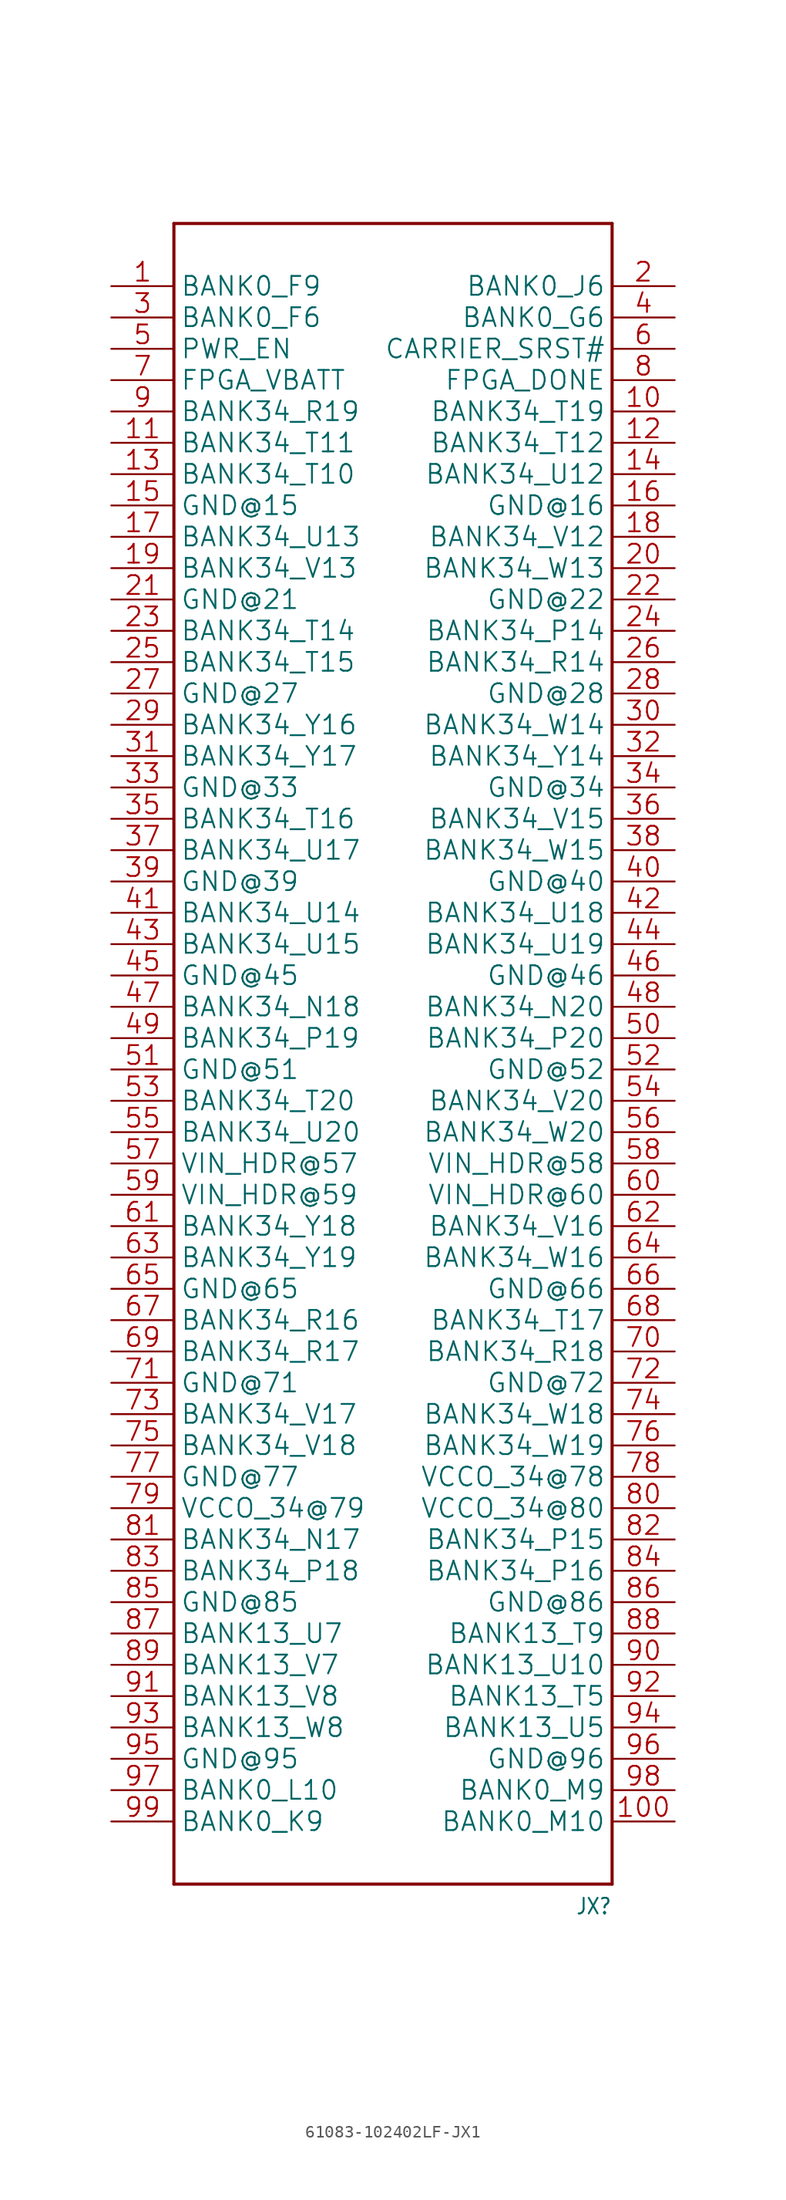
<source format=kicad_sym>
(kicad_symbol_lib
  (version 20241209)
  (generator "kicad_symbol_editor")
  (generator_version "9.0")
  (symbol "61083-102402LF-JX1"
    (property "Reference" "JX"
      (at 17.78 -71.12 0)
      (effects (font (size 1.27 1.079)) (justify right bottom)))
    (property "Value" ""
      (at 17.78 -73.66 0)
      (effects (font (size 1.27 1.079)) (justify right bottom)))
    (property "ki_locked" ""
      (at 0 0 0)
      (effects (font (size 1.27 1.27))))
    (symbol "61083-102402LF-JX1_1_0"
      (polyline (pts (xy -17.78 66.04) (xy -17.78 -68.58)) (stroke (width 0.254) (type solid)) (fill (type none)))
      (polyline (pts (xy -17.78 -68.58) (xy 17.78 -68.58)) (stroke (width 0.254) (type solid)) (fill (type none)))
      (polyline (pts (xy 17.78 66.04) (xy -17.78 66.04)) (stroke (width 0.254) (type solid)) (fill (type none)))
      (polyline (pts (xy 17.78 -68.58) (xy 17.78 66.04)) (stroke (width 0.254) (type solid)) (fill (type none)))
      (pin bidirectional line (at -22.86 60.96 0) (length 5.08) (name "BANK0_F9" (effects (font (size 1.524 1.524)))) (number "1" (effects (font (size 1.524 1.524)))))
      (pin bidirectional line (at -22.86 58.42 0) (length 5.08) (name "BANK0_F6" (effects (font (size 1.524 1.524)))) (number "3" (effects (font (size 1.524 1.524)))))
      (pin bidirectional line (at -22.86 55.88 0) (length 5.08) (name "PWR_EN" (effects (font (size 1.524 1.524)))) (number "5" (effects (font (size 1.524 1.524)))))
      (pin bidirectional line (at -22.86 53.34 0) (length 5.08) (name "FPGA_VBATT" (effects (font (size 1.524 1.524)))) (number "7" (effects (font (size 1.524 1.524)))))
      (pin bidirectional line (at -22.86 50.8 0) (length 5.08) (name "BANK34_R19" (effects (font (size 1.524 1.524)))) (number "9" (effects (font (size 1.524 1.524)))))
      (pin bidirectional line (at -22.86 48.26 0) (length 5.08) (name "BANK34_T11" (effects (font (size 1.524 1.524)))) (number "11" (effects (font (size 1.524 1.524)))))
      (pin bidirectional line (at -22.86 45.72 0) (length 5.08) (name "BANK34_T10" (effects (font (size 1.524 1.524)))) (number "13" (effects (font (size 1.524 1.524)))))
      (pin bidirectional line (at -22.86 43.18 0) (length 5.08) (name "GND@15" (effects (font (size 1.524 1.524)))) (number "15" (effects (font (size 1.524 1.524)))))
      (pin bidirectional line (at -22.86 40.64 0) (length 5.08) (name "BANK34_U13" (effects (font (size 1.524 1.524)))) (number "17" (effects (font (size 1.524 1.524)))))
      (pin bidirectional line (at -22.86 38.1 0) (length 5.08) (name "BANK34_V13" (effects (font (size 1.524 1.524)))) (number "19" (effects (font (size 1.524 1.524)))))
      (pin bidirectional line (at -22.86 35.56 0) (length 5.08) (name "GND@21" (effects (font (size 1.524 1.524)))) (number "21" (effects (font (size 1.524 1.524)))))
      (pin bidirectional line (at -22.86 33.02 0) (length 5.08) (name "BANK34_T14" (effects (font (size 1.524 1.524)))) (number "23" (effects (font (size 1.524 1.524)))))
      (pin bidirectional line (at -22.86 30.48 0) (length 5.08) (name "BANK34_T15" (effects (font (size 1.524 1.524)))) (number "25" (effects (font (size 1.524 1.524)))))
      (pin bidirectional line (at -22.86 27.94 0) (length 5.08) (name "GND@27" (effects (font (size 1.524 1.524)))) (number "27" (effects (font (size 1.524 1.524)))))
      (pin bidirectional line (at -22.86 25.4 0) (length 5.08) (name "BANK34_Y16" (effects (font (size 1.524 1.524)))) (number "29" (effects (font (size 1.524 1.524)))))
      (pin bidirectional line (at -22.86 22.86 0) (length 5.08) (name "BANK34_Y17" (effects (font (size 1.524 1.524)))) (number "31" (effects (font (size 1.524 1.524)))))
      (pin bidirectional line (at -22.86 20.32 0) (length 5.08) (name "GND@33" (effects (font (size 1.524 1.524)))) (number "33" (effects (font (size 1.524 1.524)))))
      (pin bidirectional line (at -22.86 17.78 0) (length 5.08) (name "BANK34_T16" (effects (font (size 1.524 1.524)))) (number "35" (effects (font (size 1.524 1.524)))))
      (pin bidirectional line (at -22.86 15.24 0) (length 5.08) (name "BANK34_U17" (effects (font (size 1.524 1.524)))) (number "37" (effects (font (size 1.524 1.524)))))
      (pin bidirectional line (at -22.86 12.7 0) (length 5.08) (name "GND@39" (effects (font (size 1.524 1.524)))) (number "39" (effects (font (size 1.524 1.524)))))
      (pin bidirectional line (at -22.86 10.16 0) (length 5.08) (name "BANK34_U14" (effects (font (size 1.524 1.524)))) (number "41" (effects (font (size 1.524 1.524)))))
      (pin bidirectional line (at -22.86 7.62 0) (length 5.08) (name "BANK34_U15" (effects (font (size 1.524 1.524)))) (number "43" (effects (font (size 1.524 1.524)))))
      (pin bidirectional line (at -22.86 5.08 0) (length 5.08) (name "GND@45" (effects (font (size 1.524 1.524)))) (number "45" (effects (font (size 1.524 1.524)))))
      (pin bidirectional line (at -22.86 2.54 0) (length 5.08) (name "BANK34_N18" (effects (font (size 1.524 1.524)))) (number "47" (effects (font (size 1.524 1.524)))))
      (pin bidirectional line (at -22.86 0 0) (length 5.08) (name "BANK34_P19" (effects (font (size 1.524 1.524)))) (number "49" (effects (font (size 1.524 1.524)))))
      (pin bidirectional line (at -22.86 -2.54 0) (length 5.08) (name "GND@51" (effects (font (size 1.524 1.524)))) (number "51" (effects (font (size 1.524 1.524)))))
      (pin bidirectional line (at -22.86 -5.08 0) (length 5.08) (name "BANK34_T20" (effects (font (size 1.524 1.524)))) (number "53" (effects (font (size 1.524 1.524)))))
      (pin bidirectional line (at -22.86 -7.62 0) (length 5.08) (name "BANK34_U20" (effects (font (size 1.524 1.524)))) (number "55" (effects (font (size 1.524 1.524)))))
      (pin bidirectional line (at -22.86 -10.16 0) (length 5.08) (name "VIN_HDR@57" (effects (font (size 1.524 1.524)))) (number "57" (effects (font (size 1.524 1.524)))))
      (pin bidirectional line (at -22.86 -12.7 0) (length 5.08) (name "VIN_HDR@59" (effects (font (size 1.524 1.524)))) (number "59" (effects (font (size 1.524 1.524)))))
      (pin bidirectional line (at -22.86 -15.24 0) (length 5.08) (name "BANK34_Y18" (effects (font (size 1.524 1.524)))) (number "61" (effects (font (size 1.524 1.524)))))
      (pin bidirectional line (at -22.86 -17.78 0) (length 5.08) (name "BANK34_Y19" (effects (font (size 1.524 1.524)))) (number "63" (effects (font (size 1.524 1.524)))))
      (pin bidirectional line (at -22.86 -20.32 0) (length 5.08) (name "GND@65" (effects (font (size 1.524 1.524)))) (number "65" (effects (font (size 1.524 1.524)))))
      (pin bidirectional line (at -22.86 -22.86 0) (length 5.08) (name "BANK34_R16" (effects (font (size 1.524 1.524)))) (number "67" (effects (font (size 1.524 1.524)))))
      (pin bidirectional line (at -22.86 -25.4 0) (length 5.08) (name "BANK34_R17" (effects (font (size 1.524 1.524)))) (number "69" (effects (font (size 1.524 1.524)))))
      (pin bidirectional line (at -22.86 -27.94 0) (length 5.08) (name "GND@71" (effects (font (size 1.524 1.524)))) (number "71" (effects (font (size 1.524 1.524)))))
      (pin bidirectional line (at -22.86 -30.48 0) (length 5.08) (name "BANK34_V17" (effects (font (size 1.524 1.524)))) (number "73" (effects (font (size 1.524 1.524)))))
      (pin bidirectional line (at -22.86 -33.02 0) (length 5.08) (name "BANK34_V18" (effects (font (size 1.524 1.524)))) (number "75" (effects (font (size 1.524 1.524)))))
      (pin bidirectional line (at -22.86 -35.56 0) (length 5.08) (name "GND@77" (effects (font (size 1.524 1.524)))) (number "77" (effects (font (size 1.524 1.524)))))
      (pin bidirectional line (at -22.86 -38.1 0) (length 5.08) (name "VCCO_34@79" (effects (font (size 1.524 1.524)))) (number "79" (effects (font (size 1.524 1.524)))))
      (pin bidirectional line (at -22.86 -40.64 0) (length 5.08) (name "BANK34_N17" (effects (font (size 1.524 1.524)))) (number "81" (effects (font (size 1.524 1.524)))))
      (pin bidirectional line (at -22.86 -43.18 0) (length 5.08) (name "BANK34_P18" (effects (font (size 1.524 1.524)))) (number "83" (effects (font (size 1.524 1.524)))))
      (pin bidirectional line (at -22.86 -45.72 0) (length 5.08) (name "GND@85" (effects (font (size 1.524 1.524)))) (number "85" (effects (font (size 1.524 1.524)))))
      (pin bidirectional line (at -22.86 -48.26 0) (length 5.08) (name "BANK13_U7" (effects (font (size 1.524 1.524)))) (number "87" (effects (font (size 1.524 1.524)))))
      (pin bidirectional line (at -22.86 -50.8 0) (length 5.08) (name "BANK13_V7" (effects (font (size 1.524 1.524)))) (number "89" (effects (font (size 1.524 1.524)))))
      (pin bidirectional line (at -22.86 -53.34 0) (length 5.08) (name "BANK13_V8" (effects (font (size 1.524 1.524)))) (number "91" (effects (font (size 1.524 1.524)))))
      (pin bidirectional line (at -22.86 -55.88 0) (length 5.08) (name "BANK13_W8" (effects (font (size 1.524 1.524)))) (number "93" (effects (font (size 1.524 1.524)))))
      (pin bidirectional line (at -22.86 -58.42 0) (length 5.08) (name "GND@95" (effects (font (size 1.524 1.524)))) (number "95" (effects (font (size 1.524 1.524)))))
      (pin bidirectional line (at -22.86 -60.96 0) (length 5.08) (name "BANK0_L10" (effects (font (size 1.524 1.524)))) (number "97" (effects (font (size 1.524 1.524)))))
      (pin bidirectional line (at -22.86 -63.5 0) (length 5.08) (name "BANK0_K9" (effects (font (size 1.524 1.524)))) (number "99" (effects (font (size 1.524 1.524)))))
      (pin bidirectional line (at 22.86 60.96 180) (length 5.08) (name "BANK0_J6" (effects (font (size 1.524 1.524)))) (number "2" (effects (font (size 1.524 1.524)))))
      (pin bidirectional line (at 22.86 58.42 180) (length 5.08) (name "BANK0_G6" (effects (font (size 1.524 1.524)))) (number "4" (effects (font (size 1.524 1.524)))))
      (pin bidirectional line (at 22.86 55.88 180) (length 5.08) (name "CARRIER_SRST#" (effects (font (size 1.524 1.524)))) (number "6" (effects (font (size 1.524 1.524)))))
      (pin bidirectional line (at 22.86 53.34 180) (length 5.08) (name "FPGA_DONE" (effects (font (size 1.524 1.524)))) (number "8" (effects (font (size 1.524 1.524)))))
      (pin bidirectional line (at 22.86 50.8 180) (length 5.08) (name "BANK34_T19" (effects (font (size 1.524 1.524)))) (number "10" (effects (font (size 1.524 1.524)))))
      (pin bidirectional line (at 22.86 48.26 180) (length 5.08) (name "BANK34_T12" (effects (font (size 1.524 1.524)))) (number "12" (effects (font (size 1.524 1.524)))))
      (pin bidirectional line (at 22.86 45.72 180) (length 5.08) (name "BANK34_U12" (effects (font (size 1.524 1.524)))) (number "14" (effects (font (size 1.524 1.524)))))
      (pin bidirectional line (at 22.86 43.18 180) (length 5.08) (name "GND@16" (effects (font (size 1.524 1.524)))) (number "16" (effects (font (size 1.524 1.524)))))
      (pin bidirectional line (at 22.86 40.64 180) (length 5.08) (name "BANK34_V12" (effects (font (size 1.524 1.524)))) (number "18" (effects (font (size 1.524 1.524)))))
      (pin bidirectional line (at 22.86 38.1 180) (length 5.08) (name "BANK34_W13" (effects (font (size 1.524 1.524)))) (number "20" (effects (font (size 1.524 1.524)))))
      (pin bidirectional line (at 22.86 35.56 180) (length 5.08) (name "GND@22" (effects (font (size 1.524 1.524)))) (number "22" (effects (font (size 1.524 1.524)))))
      (pin bidirectional line (at 22.86 33.02 180) (length 5.08) (name "BANK34_P14" (effects (font (size 1.524 1.524)))) (number "24" (effects (font (size 1.524 1.524)))))
      (pin bidirectional line (at 22.86 30.48 180) (length 5.08) (name "BANK34_R14" (effects (font (size 1.524 1.524)))) (number "26" (effects (font (size 1.524 1.524)))))
      (pin bidirectional line (at 22.86 27.94 180) (length 5.08) (name "GND@28" (effects (font (size 1.524 1.524)))) (number "28" (effects (font (size 1.524 1.524)))))
      (pin bidirectional line (at 22.86 25.4 180) (length 5.08) (name "BANK34_W14" (effects (font (size 1.524 1.524)))) (number "30" (effects (font (size 1.524 1.524)))))
      (pin bidirectional line (at 22.86 22.86 180) (length 5.08) (name "BANK34_Y14" (effects (font (size 1.524 1.524)))) (number "32" (effects (font (size 1.524 1.524)))))
      (pin bidirectional line (at 22.86 20.32 180) (length 5.08) (name "GND@34" (effects (font (size 1.524 1.524)))) (number "34" (effects (font (size 1.524 1.524)))))
      (pin bidirectional line (at 22.86 17.78 180) (length 5.08) (name "BANK34_V15" (effects (font (size 1.524 1.524)))) (number "36" (effects (font (size 1.524 1.524)))))
      (pin bidirectional line (at 22.86 15.24 180) (length 5.08) (name "BANK34_W15" (effects (font (size 1.524 1.524)))) (number "38" (effects (font (size 1.524 1.524)))))
      (pin bidirectional line (at 22.86 12.7 180) (length 5.08) (name "GND@40" (effects (font (size 1.524 1.524)))) (number "40" (effects (font (size 1.524 1.524)))))
      (pin bidirectional line (at 22.86 10.16 180) (length 5.08) (name "BANK34_U18" (effects (font (size 1.524 1.524)))) (number "42" (effects (font (size 1.524 1.524)))))
      (pin bidirectional line (at 22.86 7.62 180) (length 5.08) (name "BANK34_U19" (effects (font (size 1.524 1.524)))) (number "44" (effects (font (size 1.524 1.524)))))
      (pin bidirectional line (at 22.86 5.08 180) (length 5.08) (name "GND@46" (effects (font (size 1.524 1.524)))) (number "46" (effects (font (size 1.524 1.524)))))
      (pin bidirectional line (at 22.86 2.54 180) (length 5.08) (name "BANK34_N20" (effects (font (size 1.524 1.524)))) (number "48" (effects (font (size 1.524 1.524)))))
      (pin bidirectional line (at 22.86 0 180) (length 5.08) (name "BANK34_P20" (effects (font (size 1.524 1.524)))) (number "50" (effects (font (size 1.524 1.524)))))
      (pin bidirectional line (at 22.86 -2.54 180) (length 5.08) (name "GND@52" (effects (font (size 1.524 1.524)))) (number "52" (effects (font (size 1.524 1.524)))))
      (pin bidirectional line (at 22.86 -5.08 180) (length 5.08) (name "BANK34_V20" (effects (font (size 1.524 1.524)))) (number "54" (effects (font (size 1.524 1.524)))))
      (pin bidirectional line (at 22.86 -7.62 180) (length 5.08) (name "BANK34_W20" (effects (font (size 1.524 1.524)))) (number "56" (effects (font (size 1.524 1.524)))))
      (pin bidirectional line (at 22.86 -10.16 180) (length 5.08) (name "VIN_HDR@58" (effects (font (size 1.524 1.524)))) (number "58" (effects (font (size 1.524 1.524)))))
      (pin bidirectional line (at 22.86 -12.7 180) (length 5.08) (name "VIN_HDR@60" (effects (font (size 1.524 1.524)))) (number "60" (effects (font (size 1.524 1.524)))))
      (pin bidirectional line (at 22.86 -15.24 180) (length 5.08) (name "BANK34_V16" (effects (font (size 1.524 1.524)))) (number "62" (effects (font (size 1.524 1.524)))))
      (pin bidirectional line (at 22.86 -17.78 180) (length 5.08) (name "BANK34_W16" (effects (font (size 1.524 1.524)))) (number "64" (effects (font (size 1.524 1.524)))))
      (pin bidirectional line (at 22.86 -20.32 180) (length 5.08) (name "GND@66" (effects (font (size 1.524 1.524)))) (number "66" (effects (font (size 1.524 1.524)))))
      (pin bidirectional line (at 22.86 -22.86 180) (length 5.08) (name "BANK34_T17" (effects (font (size 1.524 1.524)))) (number "68" (effects (font (size 1.524 1.524)))))
      (pin bidirectional line (at 22.86 -25.4 180) (length 5.08) (name "BANK34_R18" (effects (font (size 1.524 1.524)))) (number "70" (effects (font (size 1.524 1.524)))))
      (pin bidirectional line (at 22.86 -27.94 180) (length 5.08) (name "GND@72" (effects (font (size 1.524 1.524)))) (number "72" (effects (font (size 1.524 1.524)))))
      (pin bidirectional line (at 22.86 -30.48 180) (length 5.08) (name "BANK34_W18" (effects (font (size 1.524 1.524)))) (number "74" (effects (font (size 1.524 1.524)))))
      (pin bidirectional line (at 22.86 -33.02 180) (length 5.08) (name "BANK34_W19" (effects (font (size 1.524 1.524)))) (number "76" (effects (font (size 1.524 1.524)))))
      (pin bidirectional line (at 22.86 -35.56 180) (length 5.08) (name "VCCO_34@78" (effects (font (size 1.524 1.524)))) (number "78" (effects (font (size 1.524 1.524)))))
      (pin bidirectional line (at 22.86 -38.1 180) (length 5.08) (name "VCCO_34@80" (effects (font (size 1.524 1.524)))) (number "80" (effects (font (size 1.524 1.524)))))
      (pin bidirectional line (at 22.86 -40.64 180) (length 5.08) (name "BANK34_P15" (effects (font (size 1.524 1.524)))) (number "82" (effects (font (size 1.524 1.524)))))
      (pin bidirectional line (at 22.86 -43.18 180) (length 5.08) (name "BANK34_P16" (effects (font (size 1.524 1.524)))) (number "84" (effects (font (size 1.524 1.524)))))
      (pin bidirectional line (at 22.86 -45.72 180) (length 5.08) (name "GND@86" (effects (font (size 1.524 1.524)))) (number "86" (effects (font (size 1.524 1.524)))))
      (pin bidirectional line (at 22.86 -48.26 180) (length 5.08) (name "BANK13_T9" (effects (font (size 1.524 1.524)))) (number "88" (effects (font (size 1.524 1.524)))))
      (pin bidirectional line (at 22.86 -50.8 180) (length 5.08) (name "BANK13_U10" (effects (font (size 1.524 1.524)))) (number "90" (effects (font (size 1.524 1.524)))))
      (pin bidirectional line (at 22.86 -53.34 180) (length 5.08) (name "BANK13_T5" (effects (font (size 1.524 1.524)))) (number "92" (effects (font (size 1.524 1.524)))))
      (pin bidirectional line (at 22.86 -55.88 180) (length 5.08) (name "BANK13_U5" (effects (font (size 1.524 1.524)))) (number "94" (effects (font (size 1.524 1.524)))))
      (pin bidirectional line (at 22.86 -58.42 180) (length 5.08) (name "GND@96" (effects (font (size 1.524 1.524)))) (number "96" (effects (font (size 1.524 1.524)))))
      (pin bidirectional line (at 22.86 -60.96 180) (length 5.08) (name "BANK0_M9" (effects (font (size 1.524 1.524)))) (number "98" (effects (font (size 1.524 1.524)))))
      (pin bidirectional line (at 22.86 -63.5 180) (length 5.08) (name "BANK0_M10" (effects (font (size 1.524 1.524)))) (number "100" (effects (font (size 1.524 1.524))))))))
</source>
